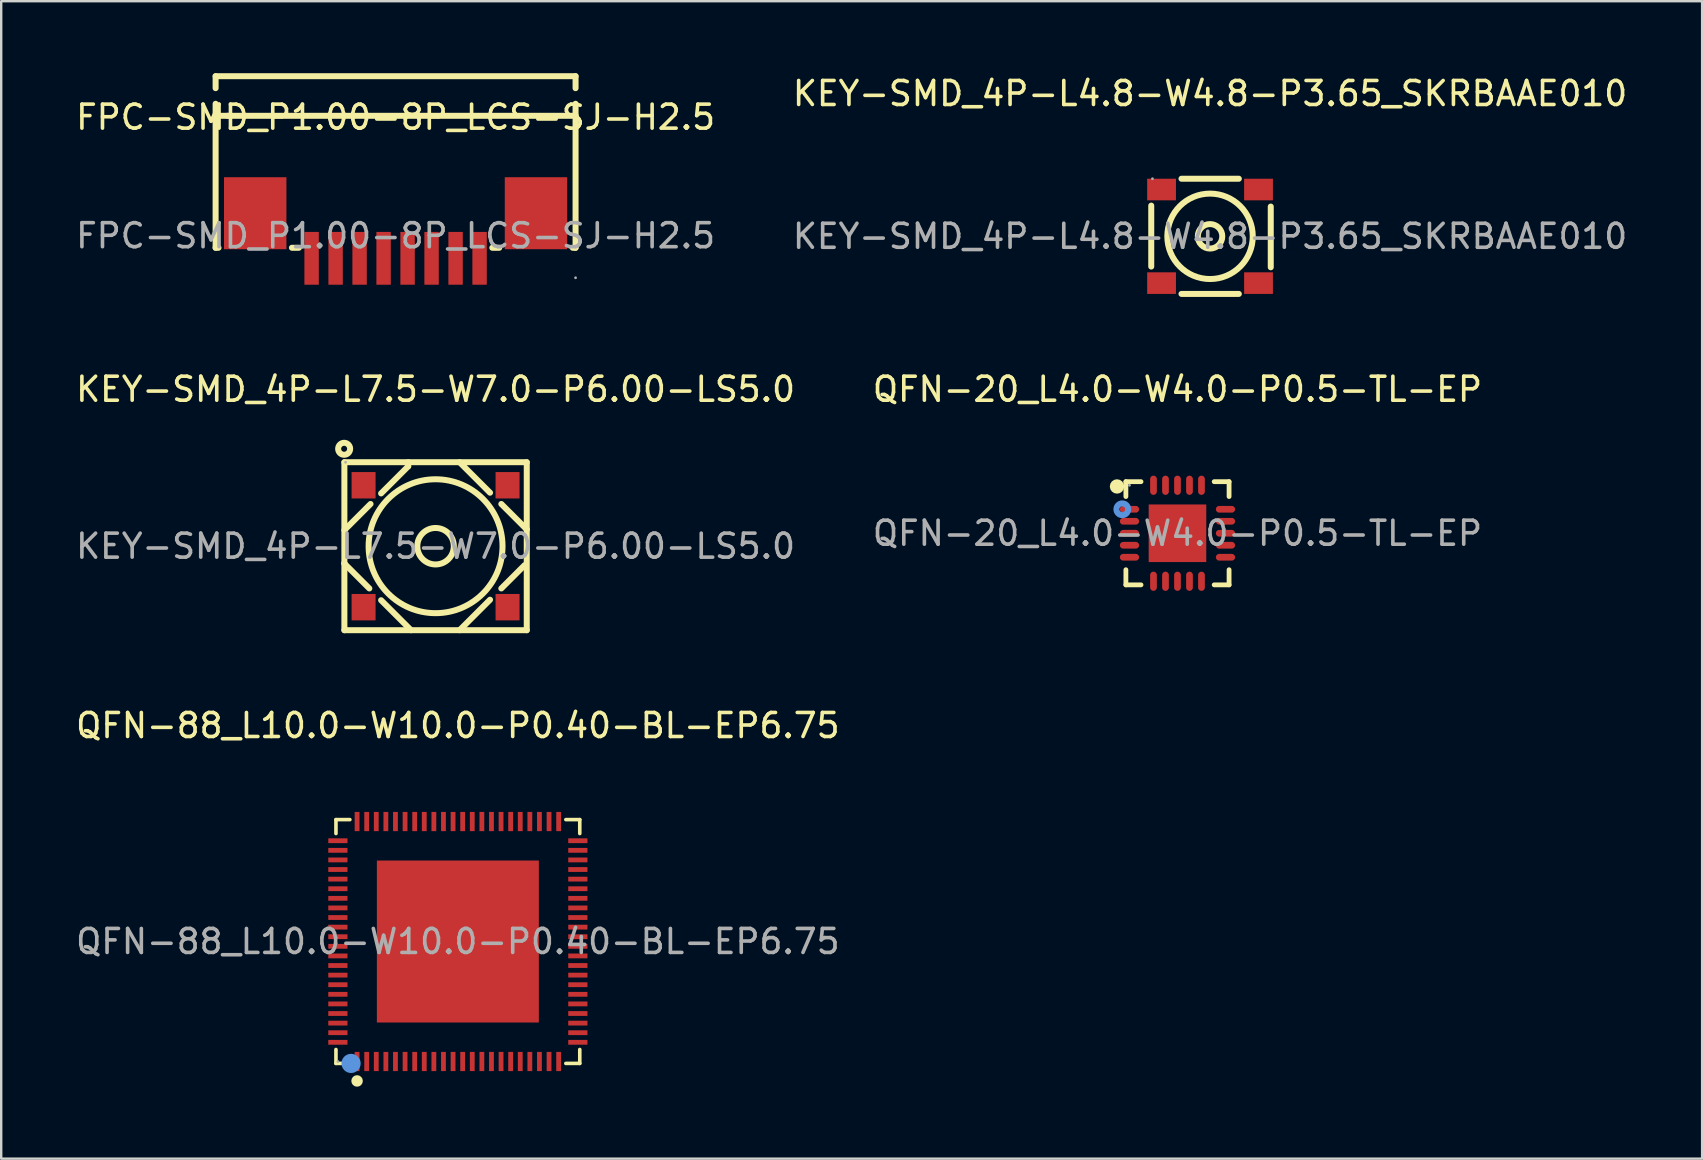
<source format=kicad_pcb>
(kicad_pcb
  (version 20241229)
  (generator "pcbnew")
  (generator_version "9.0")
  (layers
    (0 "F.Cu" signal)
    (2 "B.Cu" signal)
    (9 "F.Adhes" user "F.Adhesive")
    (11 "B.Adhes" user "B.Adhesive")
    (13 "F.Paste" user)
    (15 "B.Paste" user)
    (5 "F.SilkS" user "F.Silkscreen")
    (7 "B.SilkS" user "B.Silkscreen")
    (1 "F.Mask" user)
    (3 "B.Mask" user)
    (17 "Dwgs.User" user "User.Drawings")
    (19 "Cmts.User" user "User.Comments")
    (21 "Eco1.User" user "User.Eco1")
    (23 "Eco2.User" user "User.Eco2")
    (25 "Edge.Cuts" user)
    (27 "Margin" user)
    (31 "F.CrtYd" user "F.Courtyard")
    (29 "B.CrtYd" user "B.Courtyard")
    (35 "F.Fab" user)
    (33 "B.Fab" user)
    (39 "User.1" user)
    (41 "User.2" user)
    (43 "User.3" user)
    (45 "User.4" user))
  (footprint "KEY-SMD_4P-L4.8-W4.8-P3.65_SKRBAAE010"
    (layer "F.Cu")
    (at 47.375 6.798)
    (property "Reference" "KEY-SMD_4P-L4.8-W4.8-P3.65_SKRBAAE010" (at 0 -5.95 0) (layer "F.SilkS") (effects (font (size 1 1) (thickness 0.15))))
    (attr smd)
    (fp_line (start -2.45 -1.28) (end -2.45 1.26) (stroke (width 0.25) (type solid)) (layer "F.SilkS"))
    (fp_line (start -1.19 -2.4) (end 1.2 -2.4) (stroke (width 0.25) (type solid)) (layer "F.SilkS"))
    (fp_line (start 1.2 2.4) (end -1.19 2.4) (stroke (width 0.25) (type solid)) (layer "F.SilkS"))
    (fp_line (start 2.53 1.29) (end 2.53 -1.24) (stroke (width 0.25) (type solid)) (layer "F.SilkS"))
    (fp_circle (center 0 0) (end 0.51 0) (stroke (width 0.25) (type solid)) (fill no) (layer "F.SilkS"))
    (fp_circle (center 0 0) (end 1.78 0) (stroke (width 0.25) (type solid)) (fill no) (layer "F.SilkS"))
    (fp_circle (center -2.4 -2.4) (end -2.37 -2.4) (stroke (width 0.06) (type solid)) (fill no) (layer "F.Fab"))
    (fp_text user "${REFERENCE}" (at 0 0 0) (layer "F.Fab") (effects (font (size 1 1) (thickness 0.15))))
    (pad "1" smd rect (at -2.02 -1.95) (size 1.2 0.9) (layers "F.Cu" "F.Mask" "F.Paste"))
    (pad "2" smd rect (at -2.02 1.95) (size 1.2 0.9) (layers "F.Cu" "F.Mask" "F.Paste"))
    (pad "3" smd rect (at 2.02 -1.95) (size 1.2 0.9) (layers "F.Cu" "F.Mask" "F.Paste"))
    (pad "4" smd rect (at 2.02 1.95) (size 1.2 0.9) (layers "F.Cu" "F.Mask" "F.Paste")))
  (footprint "QFN-20_L4.0-W4.0-P0.5-TL-EP"
    (layer "F.Cu")
    (at 46.018 19.172)
    (property "Reference" "QFN-20_L4.0-W4.0-P0.5-TL-EP" (at 0 -6 0) (layer "F.SilkS") (effects (font (size 1 1) (thickness 0.15))))
    (attr smd)
    (fp_line (start -2.15 -2.15) (end -1.52 -2.15) (stroke (width 0.2) (type solid)) (layer "F.SilkS"))
    (fp_line (start -2.15 -1.53) (end -2.15 -2.15) (stroke (width 0.2) (type solid)) (layer "F.SilkS"))
    (fp_line (start -2.15 1.52) (end -2.15 2.15) (stroke (width 0.2) (type solid)) (layer "F.SilkS"))
    (fp_line (start -2.15 2.15) (end -1.52 2.15) (stroke (width 0.2) (type solid)) (layer "F.SilkS"))
    (fp_line (start 1.53 2.15) (end 2.15 2.15) (stroke (width 0.2) (type solid)) (layer "F.SilkS"))
    (fp_line (start 2.15 -2.15) (end 1.53 -2.15) (stroke (width 0.2) (type solid)) (layer "F.SilkS"))
    (fp_line (start 2.15 -1.53) (end 2.15 -2.15) (stroke (width 0.2) (type solid)) (layer "F.SilkS"))
    (fp_line (start 2.15 2.15) (end 2.15 1.52) (stroke (width 0.2) (type solid)) (layer "F.SilkS"))
    (fp_arc (start -2.52 -1.95) (mid -2.52 -1.95) (end -2.52 -1.95) (stroke (width 0.3) (type solid)) (layer "F.SilkS"))
    (fp_circle (center -2.3 -1) (end -2.18 -1) (stroke (width 0.25) (type solid)) (fill no) (layer "Cmts.User"))
    (fp_circle (center -2 -2) (end -1.97 -2) (stroke (width 0.06) (type solid)) (fill no) (layer "F.Fab"))
    (fp_text user "${REFERENCE}" (at 0 0 0) (layer "F.Fab") (effects (font (size 1 1) (thickness 0.15))))
    (pad "1" smd oval (at -2 -1 90) (size 0.28 0.8) (layers "F.Cu" "F.Mask" "F.Paste"))
    (pad "2" smd oval (at -2 -0.5 90) (size 0.28 0.8) (layers "F.Cu" "F.Mask" "F.Paste"))
    (pad "3" smd oval (at -2 0 90) (size 0.28 0.8) (layers "F.Cu" "F.Mask" "F.Paste"))
    (pad "4" smd oval (at -2 0.5 90) (size 0.28 0.8) (layers "F.Cu" "F.Mask" "F.Paste"))
    (pad "5" smd oval (at -2 1 90) (size 0.28 0.8) (layers "F.Cu" "F.Mask" "F.Paste"))
    (pad "6" smd oval (at -1 2) (size 0.28 0.8) (layers "F.Cu" "F.Mask" "F.Paste"))
    (pad "7" smd oval (at -0.5 2) (size 0.28 0.8) (layers "F.Cu" "F.Mask" "F.Paste"))
    (pad "8" smd oval (at 0 2) (size 0.28 0.8) (layers "F.Cu" "F.Mask" "F.Paste"))
    (pad "9" smd oval (at 0.5 2) (size 0.28 0.8) (layers "F.Cu" "F.Mask" "F.Paste"))
    (pad "10" smd oval (at 1 2) (size 0.28 0.8) (layers "F.Cu" "F.Mask" "F.Paste"))
    (pad "11" smd oval (at 2 1 90) (size 0.28 0.8) (layers "F.Cu" "F.Mask" "F.Paste"))
    (pad "12" smd oval (at 2 0.5 90) (size 0.28 0.8) (layers "F.Cu" "F.Mask" "F.Paste"))
    (pad "13" smd oval (at 2 0 90) (size 0.28 0.8) (layers "F.Cu" "F.Mask" "F.Paste"))
    (pad "14" smd oval (at 2 -0.5 90) (size 0.28 0.8) (layers "F.Cu" "F.Mask" "F.Paste"))
    (pad "15" smd oval (at 2 -1 90) (size 0.28 0.8) (layers "F.Cu" "F.Mask" "F.Paste"))
    (pad "16" smd oval (at 1 -2) (size 0.28 0.8) (layers "F.Cu" "F.Mask" "F.Paste"))
    (pad "17" smd oval (at 0.5 -2) (size 0.28 0.8) (layers "F.Cu" "F.Mask" "F.Paste"))
    (pad "18" smd oval (at 0 -2) (size 0.28 0.8) (layers "F.Cu" "F.Mask" "F.Paste"))
    (pad "19" smd oval (at -0.5 -2) (size 0.28 0.8) (layers "F.Cu" "F.Mask" "F.Paste"))
    (pad "20" smd oval (at -1 -2) (size 0.28 0.8) (layers "F.Cu" "F.Mask" "F.Paste"))
    (pad "21" smd rect (at 0 0) (size 2.4 2.4) (layers "F.Cu" "F.Mask" "F.Paste")))
  (footprint "KEY-SMD_4P-L7.5-W7.0-P6.00-LS5.0"
    (layer "F.Cu")
    (at 15.101 19.712)
    (property "Reference" "KEY-SMD_4P-L7.5-W7.0-P6.00-LS5.0" (at 0 -6.54 0) (layer "F.SilkS") (effects (font (size 1 1) (thickness 0.15))))
    (attr smd)
    (fp_line (start -3.8 -3.5) (end 3.8 -3.5) (stroke (width 0.25) (type solid)) (layer "F.SilkS"))
    (fp_line (start -3.8 0.7) (end -3.8 0.72) (stroke (width 0.25) (type solid)) (layer "F.SilkS"))
    (fp_line (start -3.8 0.72) (end -2.76 1.76) (stroke (width 0.25) (type solid)) (layer "F.SilkS"))
    (fp_line (start -3.8 3.5) (end -3.8 -3.5) (stroke (width 0.25) (type solid)) (layer "F.SilkS"))
    (fp_line (start -2.71 -1.76) (end -3.8 -0.67) (stroke (width 0.25) (type solid)) (layer "F.SilkS"))
    (fp_line (start -2.27 2.25) (end -1.02 3.5) (stroke (width 0.25) (type solid)) (layer "F.SilkS"))
    (fp_line (start -1.14 -3.5) (end -1.14 -3.33) (stroke (width 0.25) (type solid)) (layer "F.SilkS"))
    (fp_line (start -1.14 -3.33) (end -2.27 -2.2) (stroke (width 0.25) (type solid)) (layer "F.SilkS"))
    (fp_line (start 1 3.5) (end 2.27 2.23) (stroke (width 0.25) (type solid)) (layer "F.SilkS"))
    (fp_line (start 2.27 -2.23) (end 1 -3.5) (stroke (width 0.25) (type solid)) (layer "F.SilkS"))
    (fp_line (start 2.74 1.76) (end 3.71 0.79) (stroke (width 0.25) (type solid)) (layer "F.SilkS"))
    (fp_line (start 3.8 -3.5) (end 3.8 3.5) (stroke (width 0.25) (type solid)) (layer "F.SilkS"))
    (fp_line (start 3.8 -0.7) (end 2.74 -1.76) (stroke (width 0.25) (type solid)) (layer "F.SilkS"))
    (fp_line (start 3.8 -0.7) (end 3.8 -0.7) (stroke (width 0.25) (type solid)) (layer "F.SilkS"))
    (fp_line (start 3.8 3.5) (end -3.8 3.5) (stroke (width 0.25) (type solid)) (layer "F.SilkS"))
    (fp_circle (center -3.81 -4.06) (end -3.56 -4.06) (stroke (width 0.25) (type solid)) (fill no) (layer "F.SilkS"))
    (fp_circle (center 0 0) (end 0.76 0) (stroke (width 0.25) (type solid)) (fill no) (layer "F.SilkS"))
    (fp_circle (center 0 0) (end 2.79 0) (stroke (width 0.25) (type solid)) (fill no) (layer "F.SilkS"))
    (fp_circle (center -3.75 -3.5) (end -3.72 -3.5) (stroke (width 0.06) (type solid)) (fill no) (layer "F.Fab"))
    (fp_text user "${REFERENCE}" (at 0 0 0) (layer "F.Fab") (effects (font (size 1 1) (thickness 0.15))))
    (pad "1" smd rect (at -3 -2.54) (size 1 1.1) (layers "F.Cu" "F.Mask" "F.Paste"))
    (pad "2" smd rect (at -3 2.54) (size 1 1.1) (layers "F.Cu" "F.Mask" "F.Paste"))
    (pad "3" smd rect (at 3 -2.54) (size 1 1.1) (layers "F.Cu" "F.Mask" "F.Paste"))
    (pad "4" smd rect (at 3 2.54) (size 1 1.1) (layers "F.Cu" "F.Mask" "F.Paste")))
  (footprint "QFN-88_L10.0-W10.0-P0.40-BL-EP6.75"
    (layer "F.Cu")
    (at 16.03 36.185)
    (property "Reference" "QFN-88_L10.0-W10.0-P0.40-BL-EP6.75" (at 0 -9 0) (layer "F.SilkS") (effects (font (size 1 1) (thickness 0.15))))
    (attr smd)
    (fp_line (start -5.08 -5.08) (end -4.5 -5.08) (stroke (width 0.15) (type solid)) (layer "F.SilkS"))
    (fp_line (start -5.08 -4.5) (end -5.08 -5.08) (stroke (width 0.15) (type solid)) (layer "F.SilkS"))
    (fp_line (start -5.08 4.5) (end -5.08 5.08) (stroke (width 0.15) (type solid)) (layer "F.SilkS"))
    (fp_line (start -5.08 5.08) (end -4.5 5.08) (stroke (width 0.15) (type solid)) (layer "F.SilkS"))
    (fp_line (start 5.08 -5.08) (end 4.5 -5.08) (stroke (width 0.15) (type solid)) (layer "F.SilkS"))
    (fp_line (start 5.08 -4.5) (end 5.08 -5.08) (stroke (width 0.15) (type solid)) (layer "F.SilkS"))
    (fp_line (start 5.08 4.5) (end 5.08 5.08) (stroke (width 0.15) (type solid)) (layer "F.SilkS"))
    (fp_line (start 5.08 5.08) (end 4.5 5.08) (stroke (width 0.15) (type solid)) (layer "F.SilkS"))
    (fp_circle (center -4.2 5.81) (end -4.08 5.81) (stroke (width 0.24) (type solid)) (fill no) (layer "F.SilkS"))
    (fp_circle (center -4.45 5.08) (end -4.25 5.08) (stroke (width 0.4) (type solid)) (fill no) (layer "Cmts.User"))
    (fp_circle (center -5 5) (end -4.97 5) (stroke (width 0.06) (type solid)) (fill no) (layer "F.Fab"))
    (fp_text user "${REFERENCE}" (at 0 0 0) (layer "F.Fab") (effects (font (size 1 1) (thickness 0.15))))
    (pad "1" smd rect (at -4.2 5) (size 0.2 0.8) (layers "F.Cu" "F.Mask" "F.Paste"))
    (pad "2" smd rect (at -3.8 5) (size 0.2 0.8) (layers "F.Cu" "F.Mask" "F.Paste"))
    (pad "3" smd rect (at -3.4 5) (size 0.2 0.8) (layers "F.Cu" "F.Mask" "F.Paste"))
    (pad "4" smd rect (at -3 5) (size 0.2 0.8) (layers "F.Cu" "F.Mask" "F.Paste"))
    (pad "5" smd rect (at -2.6 5) (size 0.2 0.8) (layers "F.Cu" "F.Mask" "F.Paste"))
    (pad "6" smd rect (at -2.2 5) (size 0.2 0.8) (layers "F.Cu" "F.Mask" "F.Paste"))
    (pad "7" smd rect (at -1.8 5) (size 0.2 0.8) (layers "F.Cu" "F.Mask" "F.Paste"))
    (pad "8" smd rect (at -1.4 5) (size 0.2 0.8) (layers "F.Cu" "F.Mask" "F.Paste"))
    (pad "9" smd rect (at -1 5) (size 0.2 0.8) (layers "F.Cu" "F.Mask" "F.Paste"))
    (pad "10" smd rect (at -0.6 5) (size 0.2 0.8) (layers "F.Cu" "F.Mask" "F.Paste"))
    (pad "11" smd rect (at -0.2 5) (size 0.2 0.8) (layers "F.Cu" "F.Mask" "F.Paste"))
    (pad "12" smd rect (at 0.2 5) (size 0.2 0.8) (layers "F.Cu" "F.Mask" "F.Paste"))
    (pad "13" smd rect (at 0.6 5) (size 0.2 0.8) (layers "F.Cu" "F.Mask" "F.Paste"))
    (pad "14" smd rect (at 1 5) (size 0.2 0.8) (layers "F.Cu" "F.Mask" "F.Paste"))
    (pad "15" smd rect (at 1.4 5) (size 0.2 0.8) (layers "F.Cu" "F.Mask" "F.Paste"))
    (pad "16" smd rect (at 1.8 5) (size 0.2 0.8) (layers "F.Cu" "F.Mask" "F.Paste"))
    (pad "17" smd rect (at 2.2 5) (size 0.2 0.8) (layers "F.Cu" "F.Mask" "F.Paste"))
    (pad "18" smd rect (at 2.6 5) (size 0.2 0.8) (layers "F.Cu" "F.Mask" "F.Paste"))
    (pad "19" smd rect (at 3 5) (size 0.2 0.8) (layers "F.Cu" "F.Mask" "F.Paste"))
    (pad "20" smd rect (at 3.4 5) (size 0.2 0.8) (layers "F.Cu" "F.Mask" "F.Paste"))
    (pad "21" smd rect (at 3.8 5) (size 0.2 0.8) (layers "F.Cu" "F.Mask" "F.Paste"))
    (pad "22" smd rect (at 4.2 5) (size 0.2 0.8) (layers "F.Cu" "F.Mask" "F.Paste"))
    (pad "23" smd rect (at 5 4.2) (size 0.8 0.2) (layers "F.Cu" "F.Mask" "F.Paste"))
    (pad "24" smd rect (at 5 3.8) (size 0.8 0.2) (layers "F.Cu" "F.Mask" "F.Paste"))
    (pad "25" smd rect (at 5 3.4) (size 0.8 0.2) (layers "F.Cu" "F.Mask" "F.Paste"))
    (pad "26" smd rect (at 5 3) (size 0.8 0.2) (layers "F.Cu" "F.Mask" "F.Paste"))
    (pad "27" smd rect (at 5 2.6) (size 0.8 0.2) (layers "F.Cu" "F.Mask" "F.Paste"))
    (pad "28" smd rect (at 5 2.2) (size 0.8 0.2) (layers "F.Cu" "F.Mask" "F.Paste"))
    (pad "29" smd rect (at 5 1.8) (size 0.8 0.2) (layers "F.Cu" "F.Mask" "F.Paste"))
    (pad "30" smd rect (at 5 1.4) (size 0.8 0.2) (layers "F.Cu" "F.Mask" "F.Paste"))
    (pad "31" smd rect (at 5 1) (size 0.8 0.2) (layers "F.Cu" "F.Mask" "F.Paste"))
    (pad "32" smd rect (at 5 0.6) (size 0.8 0.2) (layers "F.Cu" "F.Mask" "F.Paste"))
    (pad "33" smd rect (at 5 0.2) (size 0.8 0.2) (layers "F.Cu" "F.Mask" "F.Paste"))
    (pad "34" smd rect (at 5 -0.2) (size 0.8 0.2) (layers "F.Cu" "F.Mask" "F.Paste"))
    (pad "35" smd rect (at 5 -0.6) (size 0.8 0.2) (layers "F.Cu" "F.Mask" "F.Paste"))
    (pad "36" smd rect (at 5 -1) (size 0.8 0.2) (layers "F.Cu" "F.Mask" "F.Paste"))
    (pad "37" smd rect (at 5 -1.4) (size 0.8 0.2) (layers "F.Cu" "F.Mask" "F.Paste"))
    (pad "38" smd rect (at 5 -1.8) (size 0.8 0.2) (layers "F.Cu" "F.Mask" "F.Paste"))
    (pad "39" smd rect (at 5 -2.2) (size 0.8 0.2) (layers "F.Cu" "F.Mask" "F.Paste"))
    (pad "40" smd rect (at 5 -2.6) (size 0.8 0.2) (layers "F.Cu" "F.Mask" "F.Paste"))
    (pad "41" smd rect (at 5 -3) (size 0.8 0.2) (layers "F.Cu" "F.Mask" "F.Paste"))
    (pad "42" smd rect (at 5 -3.4) (size 0.8 0.2) (layers "F.Cu" "F.Mask" "F.Paste"))
    (pad "43" smd rect (at 5 -3.8) (size 0.8 0.2) (layers "F.Cu" "F.Mask" "F.Paste"))
    (pad "44" smd rect (at 5 -4.2) (size 0.8 0.2) (layers "F.Cu" "F.Mask" "F.Paste"))
    (pad "45" smd rect (at 4.2 -5) (size 0.2 0.8) (layers "F.Cu" "F.Mask" "F.Paste"))
    (pad "46" smd rect (at 3.8 -5) (size 0.2 0.8) (layers "F.Cu" "F.Mask" "F.Paste"))
    (pad "47" smd rect (at 3.4 -5) (size 0.2 0.8) (layers "F.Cu" "F.Mask" "F.Paste"))
    (pad "48" smd rect (at 3 -5) (size 0.2 0.8) (layers "F.Cu" "F.Mask" "F.Paste"))
    (pad "49" smd rect (at 2.6 -5) (size 0.2 0.8) (layers "F.Cu" "F.Mask" "F.Paste"))
    (pad "50" smd rect (at 2.2 -5) (size 0.2 0.8) (layers "F.Cu" "F.Mask" "F.Paste"))
    (pad "51" smd rect (at 1.8 -5) (size 0.2 0.8) (layers "F.Cu" "F.Mask" "F.Paste"))
    (pad "52" smd rect (at 1.4 -5) (size 0.2 0.8) (layers "F.Cu" "F.Mask" "F.Paste"))
    (pad "53" smd rect (at 1 -5) (size 0.2 0.8) (layers "F.Cu" "F.Mask" "F.Paste"))
    (pad "54" smd rect (at 0.6 -5) (size 0.2 0.8) (layers "F.Cu" "F.Mask" "F.Paste"))
    (pad "55" smd rect (at 0.2 -5) (size 0.2 0.8) (layers "F.Cu" "F.Mask" "F.Paste"))
    (pad "56" smd rect (at -0.2 -5) (size 0.2 0.8) (layers "F.Cu" "F.Mask" "F.Paste"))
    (pad "57" smd rect (at -0.6 -5) (size 0.2 0.8) (layers "F.Cu" "F.Mask" "F.Paste"))
    (pad "58" smd rect (at -1 -5) (size 0.2 0.8) (layers "F.Cu" "F.Mask" "F.Paste"))
    (pad "59" smd rect (at -1.4 -5) (size 0.2 0.8) (layers "F.Cu" "F.Mask" "F.Paste"))
    (pad "60" smd rect (at -1.8 -5) (size 0.2 0.8) (layers "F.Cu" "F.Mask" "F.Paste"))
    (pad "61" smd rect (at -2.2 -5) (size 0.2 0.8) (layers "F.Cu" "F.Mask" "F.Paste"))
    (pad "62" smd rect (at -2.6 -5) (size 0.2 0.8) (layers "F.Cu" "F.Mask" "F.Paste"))
    (pad "63" smd rect (at -3 -5) (size 0.2 0.8) (layers "F.Cu" "F.Mask" "F.Paste"))
    (pad "64" smd rect (at -3.4 -5) (size 0.2 0.8) (layers "F.Cu" "F.Mask" "F.Paste"))
    (pad "65" smd rect (at -3.8 -5) (size 0.2 0.8) (layers "F.Cu" "F.Mask" "F.Paste"))
    (pad "66" smd rect (at -4.2 -5) (size 0.2 0.8) (layers "F.Cu" "F.Mask" "F.Paste"))
    (pad "67" smd rect (at -5 -4.2) (size 0.8 0.2) (layers "F.Cu" "F.Mask" "F.Paste"))
    (pad "68" smd rect (at -5 -3.8) (size 0.8 0.2) (layers "F.Cu" "F.Mask" "F.Paste"))
    (pad "69" smd rect (at -5 -3.4) (size 0.8 0.2) (layers "F.Cu" "F.Mask" "F.Paste"))
    (pad "70" smd rect (at -5 -3) (size 0.8 0.2) (layers "F.Cu" "F.Mask" "F.Paste"))
    (pad "71" smd rect (at -5 -2.6) (size 0.8 0.2) (layers "F.Cu" "F.Mask" "F.Paste"))
    (pad "72" smd rect (at -5 -2.2) (size 0.8 0.2) (layers "F.Cu" "F.Mask" "F.Paste"))
    (pad "73" smd rect (at -5 -1.8) (size 0.8 0.2) (layers "F.Cu" "F.Mask" "F.Paste"))
    (pad "74" smd rect (at -5 -1.4) (size 0.8 0.2) (layers "F.Cu" "F.Mask" "F.Paste"))
    (pad "75" smd rect (at -5 -1) (size 0.8 0.2) (layers "F.Cu" "F.Mask" "F.Paste"))
    (pad "76" smd rect (at -5 -0.6) (size 0.8 0.2) (layers "F.Cu" "F.Mask" "F.Paste"))
    (pad "77" smd rect (at -5 -0.2) (size 0.8 0.2) (layers "F.Cu" "F.Mask" "F.Paste"))
    (pad "78" smd rect (at -5 0.2) (size 0.8 0.2) (layers "F.Cu" "F.Mask" "F.Paste"))
    (pad "79" smd rect (at -5 0.6) (size 0.8 0.2) (layers "F.Cu" "F.Mask" "F.Paste"))
    (pad "80" smd rect (at -5 1) (size 0.8 0.2) (layers "F.Cu" "F.Mask" "F.Paste"))
    (pad "81" smd rect (at -5 1.4) (size 0.8 0.2) (layers "F.Cu" "F.Mask" "F.Paste"))
    (pad "82" smd rect (at -5 1.8) (size 0.8 0.2) (layers "F.Cu" "F.Mask" "F.Paste"))
    (pad "83" smd rect (at -5 2.2) (size 0.8 0.2) (layers "F.Cu" "F.Mask" "F.Paste"))
    (pad "84" smd rect (at -5 2.6) (size 0.8 0.2) (layers "F.Cu" "F.Mask" "F.Paste"))
    (pad "85" smd rect (at -5 3) (size 0.8 0.2) (layers "F.Cu" "F.Mask" "F.Paste"))
    (pad "86" smd rect (at -5 3.4) (size 0.8 0.2) (layers "F.Cu" "F.Mask" "F.Paste"))
    (pad "87" smd rect (at -5 3.8) (size 0.8 0.2) (layers "F.Cu" "F.Mask" "F.Paste"))
    (pad "88" smd rect (at -5 4.2) (size 0.8 0.2) (layers "F.Cu" "F.Mask" "F.Paste"))
    (pad "89" smd rect (at 0 0) (size 6.75 6.75) (layers "F.Cu" "F.Mask" "F.Paste")))
  (footprint "FPC-SMD_P1.00-8P_LCS-SJ-H2.5"
    (layer "F.Cu")
    (at 13.435 6.775)
    (property "Reference" "FPC-SMD_P1.00-8P_LCS-SJ-H2.5" (at 0 -4.94 0) (layer "F.SilkS") (effects (font (size 1 1) (thickness 0.15))))
    (attr smd)
    (fp_line (start -7.5 -6.65) (end -7.5 -6.15) (stroke (width 0.25) (type solid)) (layer "F.SilkS"))
    (fp_line (start -7.5 -6.65) (end 7.5 -6.65) (stroke (width 0.25) (type solid)) (layer "F.SilkS"))
    (fp_line (start -7.5 -5) (end -7.5 -5.5) (stroke (width 0.25) (type solid)) (layer "F.SilkS"))
    (fp_line (start -7.5 -5) (end -7 -5) (stroke (width 0.25) (type solid)) (layer "F.SilkS"))
    (fp_line (start -7.5 0.5) (end -7.5 -5) (stroke (width 0.25) (type solid)) (layer "F.SilkS"))
    (fp_line (start -7.38 0.5) (end -7.5 0.5) (stroke (width 0.25) (type solid)) (layer "F.SilkS"))
    (fp_line (start -7 -5) (end 7.5 -5) (stroke (width 0.25) (type solid)) (layer "F.SilkS"))
    (fp_line (start -4.03 0.5) (end -4.32 0.5) (stroke (width 0.25) (type solid)) (layer "F.SilkS"))
    (fp_line (start 4.32 0.5) (end 4.03 0.5) (stroke (width 0.25) (type solid)) (layer "F.SilkS"))
    (fp_line (start 7.5 -6.65) (end 7.5 -6.15) (stroke (width 0.25) (type solid)) (layer "F.SilkS"))
    (fp_line (start 7.5 -5) (end 7.5 -5.5) (stroke (width 0.25) (type solid)) (layer "F.SilkS"))
    (fp_line (start 7.5 -5) (end 7.5 0.5) (stroke (width 0.25) (type solid)) (layer "F.SilkS"))
    (fp_line (start 7.5 0.5) (end 7.38 0.5) (stroke (width 0.25) (type solid)) (layer "F.SilkS"))
    (fp_circle (center 7.5 1.75) (end 7.53 1.75) (stroke (width 0.06) (type solid)) (fill no) (layer "F.Fab"))
    (fp_text user "${REFERENCE}" (at 0 0 0) (layer "F.Fab") (effects (font (size 1 1) (thickness 0.15))))
    (pad "1" smd rect (at 3.5 0.94 180) (size 0.6 2.2) (layers "F.Cu" "F.Mask" "F.Paste"))
    (pad "2" smd rect (at 2.5 0.94 180) (size 0.6 2.2) (layers "F.Cu" "F.Mask" "F.Paste"))
    (pad "3" smd rect (at 1.5 0.94 180) (size 0.6 2.2) (layers "F.Cu" "F.Mask" "F.Paste"))
    (pad "4" smd rect (at 0.5 0.94 180) (size 0.6 2.2) (layers "F.Cu" "F.Mask" "F.Paste"))
    (pad "5" smd rect (at -0.5 0.94 180) (size 0.6 2.2) (layers "F.Cu" "F.Mask" "F.Paste"))
    (pad "6" smd rect (at -1.5 0.94 180) (size 0.6 2.2) (layers "F.Cu" "F.Mask" "F.Paste"))
    (pad "7" smd rect (at -2.5 0.94 180) (size 0.6 2.2) (layers "F.Cu" "F.Mask" "F.Paste"))
    (pad "8" smd rect (at -3.5 0.94 180) (size 0.6 2.2) (layers "F.Cu" "F.Mask" "F.Paste"))
    (pad "9" smd rect (at 5.85 -0.94 180) (size 2.6 3) (layers "F.Cu" "F.Mask" "F.Paste"))
    (pad "10" smd rect (at -5.85 -0.94 180) (size 2.6 3) (layers "F.Cu" "F.Mask" "F.Paste")))
  (gr_rect
    (start -3 -3)
    (end 67.881 45.235)
    (stroke (width 0.1) (type default))
    (fill no)
    (layer "Edge.Cuts")))
</source>
